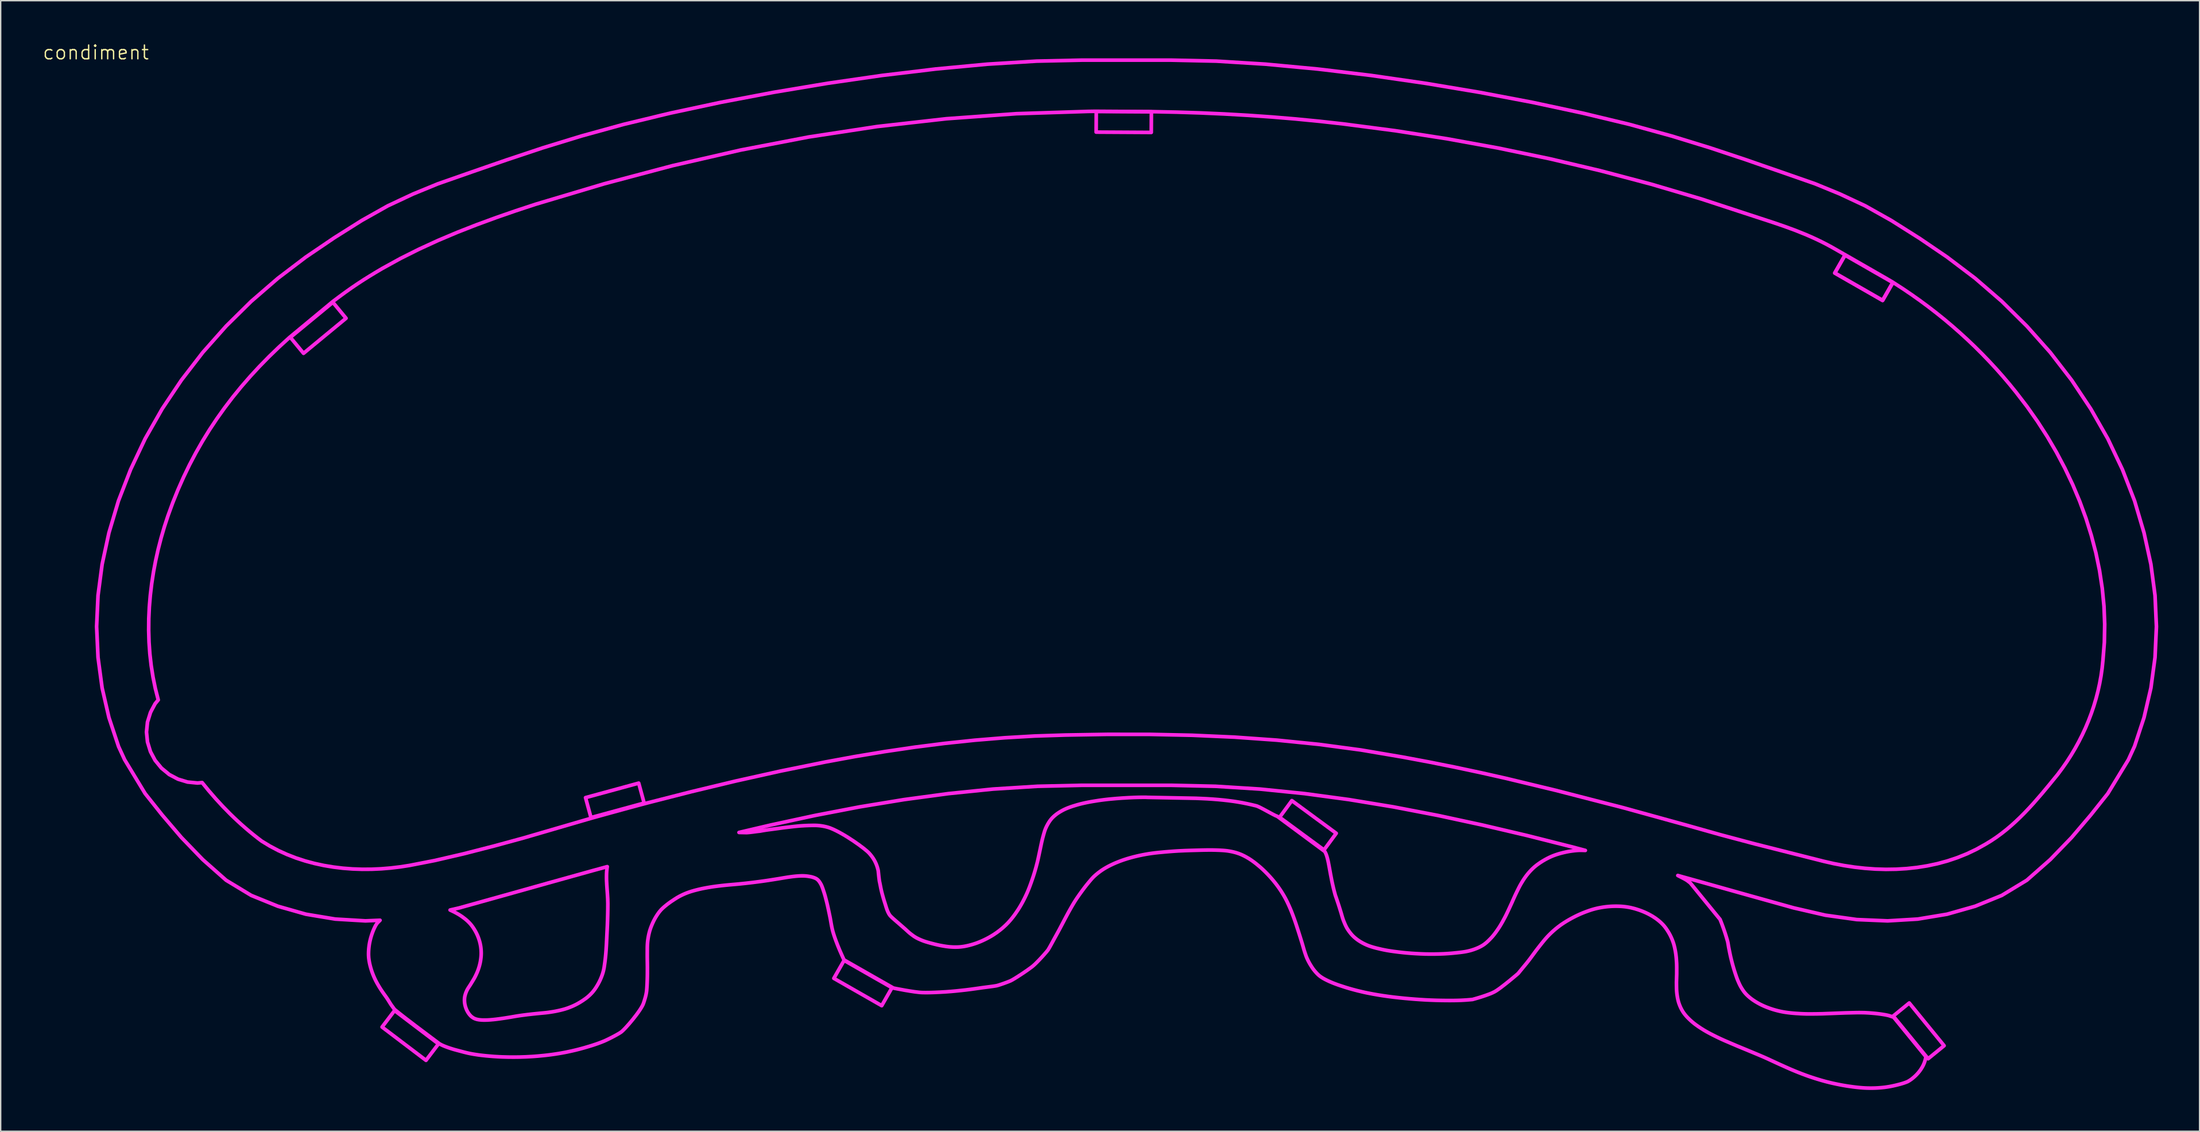
<source format=kicad_pcb>
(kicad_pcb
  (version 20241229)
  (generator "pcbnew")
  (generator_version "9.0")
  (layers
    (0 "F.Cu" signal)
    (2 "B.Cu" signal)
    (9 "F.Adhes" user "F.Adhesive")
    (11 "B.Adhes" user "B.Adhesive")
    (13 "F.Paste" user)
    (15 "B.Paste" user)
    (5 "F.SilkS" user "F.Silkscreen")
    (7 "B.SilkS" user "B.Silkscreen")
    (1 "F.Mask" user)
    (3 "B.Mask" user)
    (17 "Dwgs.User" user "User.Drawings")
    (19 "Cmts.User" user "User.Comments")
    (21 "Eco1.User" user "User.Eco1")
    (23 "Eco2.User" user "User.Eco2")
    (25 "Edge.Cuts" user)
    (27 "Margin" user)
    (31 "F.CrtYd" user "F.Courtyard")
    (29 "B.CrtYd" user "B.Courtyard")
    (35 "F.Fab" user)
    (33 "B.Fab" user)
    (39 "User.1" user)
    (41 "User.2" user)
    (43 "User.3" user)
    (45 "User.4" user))
  (footprint "condiment"
    (layer "F.Cu")
    (at 3.907 1.26)
    (property "Reference" "condiment" (at 0 -0.5 0) (unlocked yes) (layer "F.SilkS") (effects (font (size 1 1) (thickness 0.1))))
    (attr smd)
    (fp_poly (pts (xy 18.157 18.79) (xy 15.072 21.335) (xy 14.117 20.178) (xy 17.203 17.633)) (stroke (width 0.265) (type solid)) (fill no) (layer "F.CrtYd"))
    (fp_poly (pts (xy 24.866 71.459) (xy 23.959 72.654) (xy 20.772 70.236) (xy 21.679 69.041)) (stroke (width 0.265) (type solid)) (fill no) (layer "F.CrtYd"))
    (fp_poly (pts (xy 39.792 53.98) (xy 35.933 55.032) (xy 35.538 53.585) (xy 39.397 52.533)) (stroke (width 0.265) (type solid)) (fill no) (layer "F.CrtYd"))
    (fp_poly (pts (xy 57.777 67.383) (xy 57.033 68.686) (xy 53.559 66.702) (xy 54.303 65.399)) (stroke (width 0.265) (type solid)) (fill no) (layer "F.CrtYd"))
    (fp_poly (pts (xy 76.605 3.802) (xy 76.596 5.302) (xy 72.596 5.28) (xy 72.605 3.78)) (stroke (width 0.265) (type solid)) (fill no) (layer "F.CrtYd"))
    (fp_poly (pts (xy 90.02 56.175) (xy 89.131 57.383) (xy 85.909 55.013) (xy 86.798 53.804)) (stroke (width 0.265) (type solid)) (fill no) (layer "F.CrtYd"))
    (fp_poly (pts (xy 130.418 16.193) (xy 129.672 17.495) (xy 126.202 15.506) (xy 126.947 14.204)) (stroke (width 0.265) (type solid)) (fill no) (layer "F.CrtYd"))
    (fp_poly (pts (xy 130.418 16.193) (xy 129.672 17.495) (xy 126.202 15.506) (xy 126.947 14.204)) (stroke (width 0.265) (type solid)) (fill no) (layer "F.CrtYd"))
    (fp_poly (pts (xy 134.136 71.59) (xy 132.975 72.538) (xy 130.444 69.44) (xy 131.606 68.491)) (stroke (width 0.265) (type solid)) (fill no) (layer "F.CrtYd"))
    (fp_poly (pts (xy 76.724 3.795) (xy 78.458 3.831) (xy 80.187 3.886) (xy 81.913 3.963) (xy 83.637 4.062) (xy 85.36 4.182) (xy 87.083 4.326) (xy 88.808 4.494) (xy 90.536 4.686) (xy 94.295 5.177) (xy 98.044 5.76) (xy 101.778 6.437) (xy 105.495 7.21) (xy 109.192 8.082) (xy 112.864 9.055) (xy 116.51 10.131) (xy 120.124 11.314) (xy 121.782 11.857) (xy 122.57 12.128) (xy 123.341 12.411) (xy 124.103 12.717) (xy 124.482 12.881) (xy 124.862 13.055) (xy 125.243 13.239) (xy 125.626 13.435) (xy 126.013 13.645) (xy 126.403 13.868) (xy 128.73 15.204) (xy 129.851 15.848) (xy 130.271 16.094) (xy 130.548 16.262) (xy 131.172 16.666) (xy 131.787 17.083) (xy 132.393 17.512) (xy 132.989 17.953) (xy 133.576 18.407) (xy 134.154 18.872) (xy 134.722 19.35) (xy 135.279 19.839) (xy 135.827 20.34) (xy 136.364 20.852) (xy 136.89 21.376) (xy 137.406 21.911) (xy 137.911 22.457) (xy 138.404 23.014) (xy 138.887 23.582) (xy 139.357 24.161) (xy 140.152 25.197) (xy 140.907 26.268) (xy 141.618 27.371) (xy 142.283 28.506) (xy 142.899 29.668) (xy 143.464 30.856) (xy 143.974 32.067) (xy 144.427 33.3) (xy 144.82 34.551) (xy 145.151 35.818) (xy 145.416 37.099) (xy 145.613 38.391) (xy 145.739 39.693) (xy 145.791 41.002) (xy 145.766 42.315) (xy 145.662 43.629) (xy 145.604 44.192) (xy 145.524 44.751) (xy 145.423 45.306) (xy 145.302 45.856) (xy 145.16 46.401) (xy 144.999 46.941) (xy 144.818 47.474) (xy 144.618 48) (xy 144.4 48.519) (xy 144.163 49.03) (xy 143.908 49.533) (xy 143.636 50.027) (xy 143.347 50.511) (xy 143.042 50.985) (xy 142.719 51.448) (xy 142.381 51.901) (xy 141.805 52.607) (xy 141.219 53.311) (xy 140.617 54.003) (xy 140.307 54.341) (xy 139.992 54.673) (xy 139.669 54.998) (xy 139.339 55.313) (xy 139 55.619) (xy 138.652 55.914) (xy 138.294 56.196) (xy 137.925 56.466) (xy 137.545 56.72) (xy 137.152 56.959) (xy 136.484 57.332) (xy 135.799 57.659) (xy 135.097 57.941) (xy 134.382 58.181) (xy 133.654 58.379) (xy 132.916 58.536) (xy 132.171 58.655) (xy 131.418 58.736) (xy 130.662 58.781) (xy 129.903 58.792) (xy 129.143 58.77) (xy 128.384 58.715) (xy 127.629 58.631) (xy 126.878 58.517) (xy 126.135 58.376) (xy 125.4 58.208) (xy 120.399 56.944) (xy 117.906 56.28) (xy 115.423 55.58) (xy 110.886 54.328) (xy 110.631 54.26) (xy 110.29 54.173) (xy 109.694 54.022) (xy 105.96 53.059) (xy 102.305 52.178) (xy 100.477 51.767) (xy 98.632 51.375) (xy 96.759 51) (xy 94.845 50.642) (xy 91.812 50.127) (xy 88.766 49.72) (xy 85.708 49.413) (xy 82.642 49.195) (xy 79.57 49.059) (xy 76.494 48.994) (xy 73.419 48.992) (xy 70.346 49.043) (xy 68.151 49.113) (xy 65.963 49.239) (xy 63.78 49.418) (xy 61.602 49.647) (xy 59.43 49.923) (xy 57.264 50.242) (xy 55.104 50.601) (xy 52.949 50.997) (xy 49.705 51.655) (xy 46.453 52.378) (xy 43.213 53.156) (xy 40.005 53.975) (xy 38.77 54.306) (xy 37.425 54.674) (xy 35.899 55.096) (xy 31.009 56.522) (xy 28.885 57.1) (xy 26.703 57.66) (xy 24.612 58.146) (xy 22.763 58.507) (xy 22.088 58.612) (xy 21.404 58.694) (xy 20.714 58.751) (xy 20.02 58.782) (xy 19.323 58.786) (xy 18.625 58.762) (xy 17.928 58.709) (xy 17.235 58.625) (xy 16.547 58.51) (xy 15.865 58.363) (xy 15.193 58.182) (xy 14.531 57.967) (xy 13.881 57.715) (xy 13.246 57.427) (xy 12.628 57.101) (xy 12.027 56.736) (xy 11.726 56.506) (xy 11.429 56.271) (xy 11.136 56.031) (xy 10.848 55.785) (xy 10.563 55.535) (xy 10.283 55.28) (xy 10.007 55.02) (xy 9.735 54.756) (xy 9.204 54.214) (xy 8.69 53.655) (xy 8.193 53.081) (xy 7.712 52.493) (xy 7.377 52.525) (xy 6.655 52.454) (xy 6.399 52.376) (xy 5.964 52.245) (xy 5.321 51.905) (xy 5.159 51.768) (xy 4.76 51.44) (xy 4.301 50.88) (xy 4.039 50.391) (xy 3.962 50.242) (xy 3.747 49.545) (xy 3.675 48.824) (xy 3.747 48.102) (xy 3.962 47.412) (xy 4.039 47.257) (xy 4.301 46.768) (xy 4.528 46.491) (xy 4.318 45.668) (xy 4.148 44.836) (xy 4.015 43.996) (xy 3.919 43.15) (xy 3.859 42.3) (xy 3.834 41.447) (xy 3.841 40.593) (xy 3.881 39.74) (xy 3.953 38.889) (xy 4.054 38.042) (xy 4.184 37.201) (xy 4.342 36.368) (xy 4.526 35.544) (xy 4.737 34.73) (xy 4.971 33.929) (xy 5.229 33.143) (xy 5.579 32.182) (xy 5.957 31.245) (xy 6.361 30.332) (xy 6.791 29.44) (xy 7.249 28.571) (xy 7.733 27.722) (xy 8.243 26.893) (xy 8.781 26.083) (xy 9.345 25.292) (xy 9.936 24.517) (xy 10.553 23.76) (xy 11.198 23.018) (xy 11.869 22.291) (xy 12.566 21.579) (xy 13.291 20.879) (xy 14.042 20.193) (xy 17.194 17.58) (xy 17.669 17.223) (xy 18.113 16.898) (xy 18.539 16.596) (xy 18.958 16.311) (xy 19.381 16.034) (xy 19.822 15.757) (xy 20.291 15.471) (xy 20.8 15.17) (xy 22.113 14.448) (xy 23.457 13.776) (xy 24.827 13.147) (xy 26.22 12.558) (xy 27.63 12.005) (xy 29.054 11.482) (xy 30.485 10.986) (xy 31.921 10.513) (xy 36.911 9.025) (xy 41.861 7.713) (xy 46.794 6.581) (xy 51.733 5.633) (xy 56.701 4.875) (xy 61.72 4.309) (xy 66.813 3.942) (xy 72.002 3.777) (xy 72.509 3.769) (xy 72.509 3.769)) (stroke (width 0.265) (type solid)) (fill no) (layer "F.CrtYd"))
    (fp_poly (pts (xy 37.091 58.761) (xy 37.075 58.928) (xy 37.065 59.094) (xy 37.061 59.261) (xy 37.061 59.428) (xy 37.064 59.596) (xy 37.081 59.931) (xy 37.128 60.602) (xy 37.148 60.937) (xy 37.157 61.272) (xy 37.157 61.293) (xy 37.157 61.314) (xy 37.154 61.692) (xy 37.147 62.071) (xy 37.136 62.459) (xy 37.123 62.848) (xy 37.105 63.229) (xy 37.086 63.61) (xy 37.068 63.975) (xy 37.059 64.158) (xy 37.049 64.34) (xy 37.027 64.682) (xy 37.014 64.852) (xy 36.999 65.023) (xy 36.984 65.176) (xy 36.967 65.328) (xy 36.949 65.481) (xy 36.928 65.633) (xy 36.909 65.763) (xy 36.89 65.893) (xy 36.879 65.958) (xy 36.866 66.023) (xy 36.853 66.088) (xy 36.838 66.153) (xy 36.821 66.215) (xy 36.804 66.278) (xy 36.785 66.34) (xy 36.765 66.402) (xy 36.744 66.463) (xy 36.722 66.525) (xy 36.699 66.586) (xy 36.674 66.647) (xy 36.647 66.713) (xy 36.618 66.779) (xy 36.588 66.845) (xy 36.556 66.911) (xy 36.524 66.976) (xy 36.49 67.04) (xy 36.455 67.104) (xy 36.419 67.168) (xy 36.382 67.23) (xy 36.345 67.292) (xy 36.306 67.354) (xy 36.266 67.415) (xy 36.225 67.475) (xy 36.182 67.535) (xy 36.137 67.594) (xy 36.091 67.652) (xy 36.049 67.702) (xy 36.005 67.752) (xy 35.96 67.8) (xy 35.913 67.848) (xy 35.866 67.895) (xy 35.817 67.942) (xy 35.767 67.987) (xy 35.716 68.032) (xy 35.665 68.074) (xy 35.613 68.116) (xy 35.56 68.157) (xy 35.506 68.196) (xy 35.451 68.235) (xy 35.395 68.273) (xy 35.339 68.311) (xy 35.282 68.348) (xy 35.22 68.388) (xy 35.157 68.427) (xy 35.093 68.466) (xy 35.028 68.503) (xy 34.963 68.54) (xy 34.897 68.576) (xy 34.83 68.611) (xy 34.762 68.644) (xy 34.69 68.679) (xy 34.617 68.712) (xy 34.543 68.744) (xy 34.468 68.775) (xy 34.393 68.805) (xy 34.317 68.834) (xy 34.241 68.862) (xy 34.163 68.888) (xy 34.084 68.914) (xy 34.005 68.938) (xy 33.925 68.96) (xy 33.844 68.982) (xy 33.763 69.002) (xy 33.682 69.022) (xy 33.518 69.058) (xy 33.432 69.076) (xy 33.346 69.093) (xy 33.26 69.109) (xy 33.174 69.124) (xy 33 69.151) (xy 32.826 69.176) (xy 32.732 69.188) (xy 32.639 69.199) (xy 32.451 69.217) (xy 32.263 69.234) (xy 32.075 69.253) (xy 31.702 69.291) (xy 31.515 69.312) (xy 31.329 69.333) (xy 31.151 69.356) (xy 30.973 69.379) (xy 30.795 69.404) (xy 30.618 69.43) (xy 30.459 69.456) (xy 30.301 69.483) (xy 30.143 69.511) (xy 29.985 69.537) (xy 29.686 69.585) (xy 29.536 69.607) (xy 29.385 69.629) (xy 29.252 69.647) (xy 29.119 69.664) (xy 28.986 69.68) (xy 28.852 69.694) (xy 28.742 69.704) (xy 28.631 69.714) (xy 28.521 69.721) (xy 28.466 69.725) (xy 28.41 69.727) (xy 28.319 69.73) (xy 28.229 69.731) (xy 28.183 69.731) (xy 28.138 69.731) (xy 28.093 69.73) (xy 28.047 69.728) (xy 27.971 69.724) (xy 27.933 69.721) (xy 27.895 69.718) (xy 27.857 69.714) (xy 27.819 69.71) (xy 27.781 69.704) (xy 27.744 69.698) (xy 27.71 69.691) (xy 27.676 69.683) (xy 27.642 69.675) (xy 27.608 69.666) (xy 27.575 69.656) (xy 27.543 69.645) (xy 27.527 69.639) (xy 27.511 69.633) (xy 27.495 69.627) (xy 27.48 69.62) (xy 27.464 69.612) (xy 27.448 69.605) (xy 27.432 69.596) (xy 27.417 69.588) (xy 27.402 69.579) (xy 27.386 69.57) (xy 27.372 69.561) (xy 27.357 69.551) (xy 27.343 69.541) (xy 27.329 69.531) (xy 27.301 69.511) (xy 27.274 69.49) (xy 27.248 69.468) (xy 27.233 69.454) (xy 27.218 69.44) (xy 27.203 69.426) (xy 27.188 69.411) (xy 27.174 69.396) (xy 27.16 69.381) (xy 27.147 69.366) (xy 27.133 69.35) (xy 27.108 69.319) (xy 27.083 69.287) (xy 27.06 69.254) (xy 27.037 69.222) (xy 27.011 69.181) (xy 26.986 69.139) (xy 26.962 69.097) (xy 26.94 69.055) (xy 26.919 69.012) (xy 26.899 68.969) (xy 26.881 68.925) (xy 26.864 68.881) (xy 26.846 68.832) (xy 26.83 68.783) (xy 26.815 68.733) (xy 26.802 68.683) (xy 26.79 68.633) (xy 26.78 68.583) (xy 26.771 68.533) (xy 26.764 68.482) (xy 26.759 68.428) (xy 26.755 68.374) (xy 26.752 68.32) (xy 26.752 68.266) (xy 26.753 68.212) (xy 26.757 68.158) (xy 26.762 68.105) (xy 26.766 68.078) (xy 26.77 68.051) (xy 26.775 68.022) (xy 26.781 67.993) (xy 26.788 67.964) (xy 26.795 67.935) (xy 26.811 67.877) (xy 26.829 67.819) (xy 26.849 67.762) (xy 26.871 67.706) (xy 26.895 67.649) (xy 26.92 67.594) (xy 26.935 67.562) (xy 26.951 67.531) (xy 26.968 67.5) (xy 26.985 67.47) (xy 27.022 67.409) (xy 27.06 67.349) (xy 27.139 67.23) (xy 27.178 67.17) (xy 27.215 67.11) (xy 27.37 66.856) (xy 27.409 66.792) (xy 27.446 66.728) (xy 27.482 66.664) (xy 27.516 66.599) (xy 27.551 66.531) (xy 27.584 66.462) (xy 27.616 66.393) (xy 27.648 66.323) (xy 27.678 66.253) (xy 27.706 66.183) (xy 27.733 66.113) (xy 27.759 66.042) (xy 27.783 65.968) (xy 27.807 65.894) (xy 27.829 65.819) (xy 27.849 65.744) (xy 27.868 65.669) (xy 27.885 65.594) (xy 27.901 65.518) (xy 27.915 65.442) (xy 27.927 65.363) (xy 27.938 65.284) (xy 27.947 65.205) (xy 27.955 65.125) (xy 27.961 65.045) (xy 27.964 64.966) (xy 27.966 64.886) (xy 27.965 64.806) (xy 27.962 64.721) (xy 27.957 64.635) (xy 27.949 64.549) (xy 27.94 64.464) (xy 27.928 64.378) (xy 27.913 64.293) (xy 27.896 64.209) (xy 27.877 64.124) (xy 27.853 64.032) (xy 27.826 63.941) (xy 27.797 63.85) (xy 27.766 63.76) (xy 27.731 63.67) (xy 27.694 63.581) (xy 27.654 63.493) (xy 27.611 63.405) (xy 27.564 63.316) (xy 27.514 63.228) (xy 27.462 63.14) (xy 27.407 63.054) (xy 27.349 62.969) (xy 27.319 62.927) (xy 27.288 62.885) (xy 27.256 62.844) (xy 27.223 62.803) (xy 27.189 62.763) (xy 27.154 62.724) (xy 27.118 62.685) (xy 27.082 62.647) (xy 27.044 62.609) (xy 27.006 62.572) (xy 26.927 62.499) (xy 26.845 62.428) (xy 26.76 62.36) (xy 26.673 62.293) (xy 26.584 62.228) (xy 26.492 62.165) (xy 26.401 62.105) (xy 26.307 62.048) (xy 26.211 61.993) (xy 26.113 61.939) (xy 26.014 61.888) (xy 25.913 61.838) (xy 25.811 61.79) (xy 25.709 61.743) (xy 26.376 61.589) (xy 29.6 60.689) (xy 32.831 59.783) (xy 36.061 58.883) (xy 37.114 58.595)) (stroke (width 0.265) (type solid)) (fill no) (layer "F.CrtYd"))
    (fp_poly (pts (xy 81.258 52.762) (xy 84.482 52.964) (xy 87.713 53.292) (xy 90.943 53.727) (xy 94.168 54.258) (xy 97.398 54.878) (xy 100.629 55.575) (xy 103.853 56.332) (xy 107.084 57.148) (xy 108.098 57.417) (xy 107.812 57.409) (xy 107.741 57.409) (xy 107.669 57.409) (xy 107.598 57.412) (xy 107.527 57.416) (xy 107.412 57.425) (xy 107.297 57.437) (xy 107.182 57.451) (xy 107.068 57.466) (xy 106.954 57.484) (xy 106.841 57.504) (xy 106.729 57.526) (xy 106.617 57.55) (xy 106.505 57.576) (xy 106.394 57.603) (xy 106.284 57.632) (xy 106.174 57.664) (xy 106.066 57.697) (xy 105.958 57.733) (xy 105.852 57.77) (xy 105.748 57.81) (xy 105.649 57.851) (xy 105.552 57.894) (xy 105.456 57.94) (xy 105.362 57.987) (xy 105.269 58.036) (xy 105.177 58.086) (xy 105.087 58.138) (xy 104.998 58.191) (xy 104.916 58.242) (xy 104.836 58.294) (xy 104.757 58.347) (xy 104.679 58.402) (xy 104.603 58.458) (xy 104.529 58.515) (xy 104.456 58.574) (xy 104.385 58.634) (xy 104.317 58.696) (xy 104.25 58.759) (xy 104.185 58.824) (xy 104.122 58.889) (xy 104.061 58.956) (xy 104.001 59.024) (xy 103.943 59.092) (xy 103.887 59.161) (xy 103.826 59.238) (xy 103.768 59.316) (xy 103.712 59.395) (xy 103.657 59.474) (xy 103.604 59.555) (xy 103.553 59.635) (xy 103.503 59.717) (xy 103.454 59.798) (xy 103.399 59.892) (xy 103.347 59.986) (xy 103.297 60.081) (xy 103.248 60.177) (xy 103.153 60.369) (xy 103.06 60.561) (xy 103.008 60.67) (xy 102.958 60.78) (xy 102.859 61) (xy 102.762 61.22) (xy 102.661 61.44) (xy 102.452 61.889) (xy 102.398 62.001) (xy 102.344 62.113) (xy 102.287 62.224) (xy 102.229 62.334) (xy 102.119 62.537) (xy 102.063 62.638) (xy 102.005 62.739) (xy 101.946 62.839) (xy 101.885 62.938) (xy 101.822 63.037) (xy 101.757 63.134) (xy 101.697 63.221) (xy 101.637 63.307) (xy 101.575 63.392) (xy 101.511 63.477) (xy 101.445 63.56) (xy 101.377 63.643) (xy 101.306 63.724) (xy 101.269 63.764) (xy 101.232 63.803) (xy 101.164 63.873) (xy 101.095 63.942) (xy 101.024 64.011) (xy 100.95 64.078) (xy 100.913 64.111) (xy 100.874 64.143) (xy 100.835 64.174) (xy 100.795 64.205) (xy 100.755 64.235) (xy 100.713 64.264) (xy 100.671 64.292) (xy 100.627 64.32) (xy 100.577 64.349) (xy 100.526 64.378) (xy 100.422 64.432) (xy 100.314 64.483) (xy 100.204 64.53) (xy 100.092 64.574) (xy 99.978 64.614) (xy 99.862 64.651) (xy 99.745 64.685) (xy 99.668 64.705) (xy 99.591 64.723) (xy 99.436 64.756) (xy 99.279 64.783) (xy 99.12 64.805) (xy 98.96 64.825) (xy 98.8 64.842) (xy 98.48 64.874) (xy 98.31 64.889) (xy 98.14 64.902) (xy 97.969 64.913) (xy 97.799 64.922) (xy 97.457 64.934) (xy 97.115 64.941) (xy 96.79 64.941) (xy 96.465 64.936) (xy 96.14 64.924) (xy 95.816 64.908) (xy 95.498 64.888) (xy 95.181 64.863) (xy 94.865 64.833) (xy 94.55 64.797) (xy 94.236 64.757) (xy 93.922 64.712) (xy 93.766 64.687) (xy 93.611 64.659) (xy 93.456 64.629) (xy 93.303 64.596) (xy 93.022 64.53) (xy 92.882 64.495) (xy 92.743 64.457) (xy 92.605 64.416) (xy 92.47 64.372) (xy 92.337 64.323) (xy 92.272 64.297) (xy 92.208 64.27) (xy 92.099 64.219) (xy 91.992 64.166) (xy 91.887 64.11) (xy 91.785 64.05) (xy 91.686 63.988) (xy 91.637 63.956) (xy 91.59 63.923) (xy 91.543 63.889) (xy 91.497 63.854) (xy 91.452 63.819) (xy 91.408 63.784) (xy 91.369 63.75) (xy 91.33 63.717) (xy 91.293 63.682) (xy 91.256 63.647) (xy 91.22 63.611) (xy 91.185 63.574) (xy 91.151 63.537) (xy 91.118 63.5) (xy 91.086 63.462) (xy 91.054 63.423) (xy 90.993 63.345) (xy 90.934 63.266) (xy 90.879 63.186) (xy 90.853 63.148) (xy 90.829 63.109) (xy 90.806 63.07) (xy 90.783 63.031) (xy 90.741 62.951) (xy 90.701 62.87) (xy 90.663 62.789) (xy 90.628 62.706) (xy 90.56 62.541) (xy 90.53 62.463) (xy 90.503 62.384) (xy 90.477 62.305) (xy 90.453 62.226) (xy 90.407 62.066) (xy 90.384 61.986) (xy 90.36 61.907) (xy 90.268 61.61) (xy 90.221 61.462) (xy 90.173 61.314) (xy 90.065 60.991) (xy 90.01 60.829) (xy 89.953 60.668) (xy 89.877 60.388) (xy 89.809 60.117) (xy 89.749 59.856) (xy 89.696 59.605) (xy 89.605 59.135) (xy 89.528 58.71) (xy 89.457 58.331) (xy 89.421 58.16) (xy 89.382 58.001) (xy 89.341 57.854) (xy 89.296 57.721) (xy 89.245 57.6) (xy 89.188 57.494) (xy 85.739 54.941) (xy 85.681 54.92) (xy 85.608 54.888) (xy 85.426 54.797) (xy 84.976 54.555) (xy 84.743 54.429) (xy 84.526 54.316) (xy 84.429 54.268) (xy 84.342 54.229) (xy 84.268 54.199) (xy 84.209 54.18) (xy 83.885 54.102) (xy 83.56 54.03) (xy 83.232 53.964) (xy 83.067 53.934) (xy 82.902 53.906) (xy 82.722 53.877) (xy 82.542 53.85) (xy 82.179 53.803) (xy 81.816 53.762) (xy 81.451 53.727) (xy 81.045 53.695) (xy 80.638 53.669) (xy 80.23 53.65) (xy 79.822 53.633) (xy 76.314 53.566) (xy 76.303 53.565) (xy 76.291 53.565) (xy 76.268 53.563) (xy 76.256 53.562) (xy 76.245 53.562) (xy 76.233 53.561) (xy 76.222 53.561) (xy 76.003 53.56) (xy 75.785 53.562) (xy 75.566 53.567) (xy 75.348 53.573) (xy 74.911 53.593) (xy 74.475 53.619) (xy 74.046 53.651) (xy 73.619 53.689) (xy 73.405 53.711) (xy 73.192 53.736) (xy 72.98 53.763) (xy 72.768 53.793) (xy 72.391 53.853) (xy 72.203 53.885) (xy 72.016 53.92) (xy 71.83 53.958) (xy 71.645 53.999) (xy 71.461 54.043) (xy 71.279 54.092) (xy 71.135 54.134) (xy 70.991 54.178) (xy 70.847 54.223) (xy 70.706 54.272) (xy 70.566 54.324) (xy 70.429 54.38) (xy 70.296 54.441) (xy 70.23 54.472) (xy 70.166 54.506) (xy 70.062 54.563) (xy 70.011 54.592) (xy 69.961 54.623) (xy 69.911 54.654) (xy 69.862 54.685) (xy 69.814 54.718) (xy 69.767 54.751) (xy 69.72 54.785) (xy 69.675 54.82) (xy 69.63 54.856) (xy 69.586 54.892) (xy 69.544 54.929) (xy 69.502 54.967) (xy 69.462 55.005) (xy 69.423 55.044) (xy 69.387 55.082) (xy 69.353 55.121) (xy 69.319 55.161) (xy 69.287 55.201) (xy 69.256 55.242) (xy 69.227 55.283) (xy 69.198 55.325) (xy 69.17 55.368) (xy 69.117 55.454) (xy 69.068 55.541) (xy 69.021 55.629) (xy 68.977 55.718) (xy 68.955 55.765) (xy 68.934 55.812) (xy 68.914 55.859) (xy 68.896 55.907) (xy 68.862 56.003) (xy 68.831 56.1) (xy 68.803 56.198) (xy 68.775 56.295) (xy 68.722 56.491) (xy 68.694 56.599) (xy 68.668 56.707) (xy 68.643 56.815) (xy 68.619 56.924) (xy 68.528 57.358) (xy 68.474 57.608) (xy 68.421 57.858) (xy 68.367 58.108) (xy 68.338 58.233) (xy 68.306 58.357) (xy 68.23 58.643) (xy 68.149 58.927) (xy 68.106 59.069) (xy 68.062 59.21) (xy 68.016 59.352) (xy 67.968 59.492) (xy 67.863 59.791) (xy 67.809 59.94) (xy 67.753 60.089) (xy 67.695 60.236) (xy 67.634 60.384) (xy 67.571 60.53) (xy 67.504 60.676) (xy 67.436 60.818) (xy 67.366 60.959) (xy 67.293 61.1) (xy 67.218 61.239) (xy 67.14 61.378) (xy 67.059 61.515) (xy 66.975 61.652) (xy 66.887 61.786) (xy 66.803 61.91) (xy 66.717 62.034) (xy 66.628 62.156) (xy 66.536 62.276) (xy 66.441 62.395) (xy 66.342 62.512) (xy 66.239 62.627) (xy 66.186 62.684) (xy 66.132 62.739) (xy 66.034 62.837) (xy 65.931 62.933) (xy 65.826 63.027) (xy 65.718 63.118) (xy 65.607 63.208) (xy 65.493 63.295) (xy 65.377 63.38) (xy 65.258 63.462) (xy 65.153 63.532) (xy 65.046 63.599) (xy 64.936 63.664) (xy 64.825 63.727) (xy 64.712 63.788) (xy 64.597 63.847) (xy 64.481 63.904) (xy 64.363 63.959) (xy 64.262 64.004) (xy 64.161 64.047) (xy 64.058 64.088) (xy 63.954 64.128) (xy 63.848 64.166) (xy 63.742 64.201) (xy 63.635 64.235) (xy 63.527 64.266) (xy 63.434 64.291) (xy 63.341 64.315) (xy 63.247 64.337) (xy 63.153 64.357) (xy 63.058 64.375) (xy 62.962 64.391) (xy 62.866 64.404) (xy 62.769 64.416) (xy 62.682 64.423) (xy 62.595 64.429) (xy 62.508 64.432) (xy 62.42 64.434) (xy 62.332 64.434) (xy 62.245 64.432) (xy 62.157 64.428) (xy 62.07 64.423) (xy 61.983 64.417) (xy 61.896 64.409) (xy 61.809 64.399) (xy 61.722 64.388) (xy 61.636 64.375) (xy 61.549 64.361) (xy 61.378 64.332) (xy 61.289 64.315) (xy 61.201 64.297) (xy 61.113 64.278) (xy 61.025 64.258) (xy 60.851 64.216) (xy 60.678 64.171) (xy 60.516 64.128) (xy 60.354 64.082) (xy 60.274 64.058) (xy 60.195 64.033) (xy 60.116 64.007) (xy 60.038 63.979) (xy 59.97 63.952) (xy 59.903 63.925) (xy 59.836 63.897) (xy 59.77 63.868) (xy 59.705 63.838) (xy 59.641 63.806) (xy 59.578 63.773) (xy 59.516 63.739) (xy 59.461 63.706) (xy 59.406 63.671) (xy 59.353 63.636) (xy 59.301 63.599) (xy 59.25 63.561) (xy 59.199 63.523) (xy 59.1 63.446) (xy 59.05 63.406) (xy 59.002 63.365) (xy 58.955 63.323) (xy 58.909 63.281) (xy 58.816 63.196) (xy 58.77 63.153) (xy 58.723 63.111) (xy 58.28 62.724) (xy 57.981 62.466) (xy 57.907 62.401) (xy 57.833 62.335) (xy 57.762 62.268) (xy 57.692 62.2) (xy 57.652 62.158) (xy 57.616 62.111) (xy 57.581 62.061) (xy 57.549 62.007) (xy 57.519 61.951) (xy 57.491 61.893) (xy 57.464 61.833) (xy 57.44 61.773) (xy 57.417 61.713) (xy 57.396 61.653) (xy 57.357 61.536) (xy 57.295 61.335) (xy 57.227 61.121) (xy 57.165 60.918) (xy 57.107 60.716) (xy 57.05 60.505) (xy 57.021 60.387) (xy 56.995 60.276) (xy 56.972 60.169) (xy 56.952 60.066) (xy 56.912 59.866) (xy 56.892 59.765) (xy 56.869 59.663) (xy 56.857 59.58) (xy 56.846 59.497) (xy 56.825 59.321) (xy 56.779 58.883) (xy 56.754 58.778) (xy 56.726 58.676) (xy 56.696 58.579) (xy 56.663 58.486) (xy 56.628 58.397) (xy 56.59 58.311) (xy 56.55 58.229) (xy 56.509 58.15) (xy 56.465 58.074) (xy 56.419 58) (xy 56.372 57.93) (xy 56.323 57.861) (xy 56.272 57.795) (xy 56.22 57.731) (xy 56.167 57.669) (xy 56.113 57.608) (xy 56.045 57.54) (xy 55.952 57.456) (xy 55.7 57.25) (xy 55.376 57.007) (xy 54.999 56.743) (xy 54.587 56.475) (xy 54.374 56.344) (xy 54.16 56.219) (xy 53.947 56.1) (xy 53.736 55.991) (xy 53.532 55.893) (xy 53.335 55.809) (xy 53.269 55.784) (xy 53.201 55.761) (xy 53.132 55.739) (xy 53.061 55.719) (xy 52.99 55.701) (xy 52.917 55.684) (xy 52.845 55.669) (xy 52.773 55.655) (xy 52.63 55.633) (xy 52.492 55.616) (xy 52.362 55.606) (xy 52.243 55.601) (xy 52.115 55.6) (xy 51.986 55.601) (xy 51.729 55.606) (xy 51.472 55.616) (xy 51.215 55.631) (xy 51.077 55.641) (xy 50.939 55.653) (xy 50.663 55.681) (xy 50.114 55.745) (xy 49.838 55.779) (xy 49.563 55.817) (xy 49.288 55.854) (xy 49.013 55.89) (xy 48.77 55.922) (xy 48.56 55.953) (xy 48.37 55.984) (xy 48.187 56.018) (xy 48.049 56.032) (xy 47.927 56.047) (xy 47.712 56.076) (xy 47.606 56.089) (xy 47.496 56.102) (xy 47.374 56.114) (xy 47.235 56.125) (xy 46.677 56.113) (xy 48.971 55.575) (xy 52.201 54.878) (xy 55.426 54.258) (xy 58.656 53.728) (xy 61.887 53.292) (xy 65.111 52.964) (xy 68.342 52.762) (xy 71.572 52.69) (xy 78.027 52.69)) (stroke (width 0.265) (type solid)) (fill no) (layer "F.CrtYd"))
    (fp_poly (pts (xy 74.797 0.055) (xy 78.027 0.055) (xy 81.329 0.127) (xy 84.888 0.347) (xy 88.649 0.699) (xy 89.113 0.752) (xy 92.535 1.164) (xy 96.492 1.736) (xy 100.42 2.392) (xy 104.253 3.119) (xy 107.9 3.9) (xy 108.639 4.078) (xy 111.292 4.716) (xy 114.361 5.562) (xy 117.157 6.421) (xy 119.773 7.291) (xy 120.542 7.559) (xy 120.953 7.702) (xy 122.282 8.161) (xy 124.774 9.031) (xy 126.574 9.77) (xy 128.41 10.629) (xy 130.305 11.695) (xy 132.278 12.941) (xy 132.284 12.941) (xy 134.346 14.342) (xy 136.385 15.886) (xy 138.322 17.561) (xy 140.14 19.361) (xy 141.838 21.268) (xy 143.388 23.276) (xy 144.782 25.369) (xy 146.016 27.532) (xy 147.077 29.767) (xy 147.959 32.044) (xy 148.645 34.362) (xy 149.145 36.651) (xy 149.145 36.657) (xy 149.444 38.91) (xy 149.545 41.169) (xy 149.444 43.41) (xy 149.145 45.622) (xy 148.645 47.773) (xy 147.959 49.853) (xy 147.512 50.831) (xy 146.016 53.292) (xy 144.782 54.842) (xy 143.388 56.481) (xy 141.838 58.084) (xy 140.14 59.58) (xy 138.322 60.683) (xy 136.385 61.47) (xy 134.346 62.048) (xy 132.225 62.4) (xy 130.037 62.531) (xy 127.796 62.436) (xy 125.519 62.119) (xy 123.224 61.589) (xy 119.994 60.689) (xy 116.769 59.783) (xy 114.81 59.237) (xy 115.143 59.407) (xy 115.226 59.451) (xy 115.307 59.495) (xy 115.387 59.541) (xy 115.465 59.589) (xy 115.482 59.6) (xy 115.498 59.611) (xy 115.53 59.634) (xy 115.561 59.658) (xy 115.591 59.682) (xy 115.652 59.73) (xy 115.683 59.753) (xy 115.714 59.776) (xy 117.877 62.425) (xy 117.954 62.618) (xy 118.028 62.812) (xy 118.099 63.006) (xy 118.168 63.201) (xy 118.234 63.396) (xy 118.297 63.593) (xy 118.357 63.789) (xy 118.414 63.986) (xy 118.429 64.043) (xy 118.441 64.101) (xy 118.452 64.159) (xy 118.462 64.216) (xy 118.481 64.332) (xy 118.491 64.39) (xy 118.501 64.448) (xy 118.563 64.761) (xy 118.595 64.917) (xy 118.629 65.073) (xy 118.657 65.197) (xy 118.687 65.32) (xy 118.718 65.443) (xy 118.749 65.566) (xy 118.778 65.673) (xy 118.807 65.779) (xy 118.838 65.885) (xy 118.869 65.991) (xy 118.901 66.096) (xy 118.934 66.201) (xy 118.968 66.306) (xy 119.003 66.411) (xy 119.043 66.53) (xy 119.085 66.648) (xy 119.106 66.707) (xy 119.128 66.766) (xy 119.151 66.824) (xy 119.176 66.883) (xy 119.23 67.007) (xy 119.257 67.068) (xy 119.286 67.13) (xy 119.316 67.191) (xy 119.347 67.252) (xy 119.38 67.312) (xy 119.415 67.371) (xy 119.452 67.432) (xy 119.49 67.492) (xy 119.529 67.552) (xy 119.57 67.611) (xy 119.612 67.669) (xy 119.657 67.726) (xy 119.68 67.754) (xy 119.704 67.782) (xy 119.728 67.81) (xy 119.753 67.837) (xy 119.783 67.868) (xy 119.814 67.9) (xy 119.877 67.961) (xy 119.943 68.021) (xy 120.011 68.08) (xy 120.081 68.136) (xy 120.153 68.192) (xy 120.226 68.246) (xy 120.302 68.298) (xy 120.4 68.362) (xy 120.501 68.425) (xy 120.604 68.485) (xy 120.709 68.543) (xy 120.816 68.599) (xy 120.924 68.652) (xy 121.035 68.703) (xy 121.147 68.751) (xy 121.285 68.807) (xy 121.426 68.86) (xy 121.568 68.91) (xy 121.712 68.957) (xy 121.857 69) (xy 122.004 69.04) (xy 122.153 69.077) (xy 122.302 69.11) (xy 122.476 69.143) (xy 122.652 69.171) (xy 122.828 69.195) (xy 123.006 69.215) (xy 123.184 69.232) (xy 123.363 69.246) (xy 123.72 69.268) (xy 123.918 69.277) (xy 124.117 69.283) (xy 124.315 69.285) (xy 124.514 69.285) (xy 124.911 69.281) (xy 125.309 69.273) (xy 126.964 69.21) (xy 127.769 69.191) (xy 127.97 69.189) (xy 128.171 69.191) (xy 128.372 69.195) (xy 128.573 69.205) (xy 128.756 69.216) (xy 128.94 69.231) (xy 129.124 69.247) (xy 129.307 69.267) (xy 129.489 69.29) (xy 129.671 69.317) (xy 129.851 69.347) (xy 130.03 69.383) (xy 130.058 69.389) (xy 130.086 69.396) (xy 130.142 69.412) (xy 130.196 69.429) (xy 130.251 69.447) (xy 130.359 69.485) (xy 130.414 69.502) (xy 130.47 69.518) (xy 132.815 72.39) (xy 132.796 72.495) (xy 132.773 72.596) (xy 132.745 72.694) (xy 132.714 72.79) (xy 132.678 72.882) (xy 132.64 72.971) (xy 132.598 73.057) (xy 132.553 73.14) (xy 132.457 73.296) (xy 132.355 73.439) (xy 132.249 73.57) (xy 132.143 73.687) (xy 132.038 73.791) (xy 131.938 73.881) (xy 131.846 73.958) (xy 131.764 74.022) (xy 131.643 74.106) (xy 131.598 74.135) (xy 131.589 74.139) (xy 131.581 74.144) (xy 131.565 74.153) (xy 131.535 74.171) (xy 131.519 74.18) (xy 131.503 74.189) (xy 131.495 74.194) (xy 131.487 74.198) (xy 131.479 74.202) (xy 131.471 74.205) (xy 131.378 74.243) (xy 131.284 74.277) (xy 131.189 74.309) (xy 131.093 74.339) (xy 130.995 74.368) (xy 130.897 74.394) (xy 130.7 74.445) (xy 130.58 74.473) (xy 130.461 74.5) (xy 130.341 74.525) (xy 130.22 74.549) (xy 130.099 74.57) (xy 129.977 74.589) (xy 129.854 74.607) (xy 129.732 74.621) (xy 129.585 74.636) (xy 129.438 74.648) (xy 129.29 74.658) (xy 129.143 74.665) (xy 128.995 74.669) (xy 128.847 74.671) (xy 128.699 74.67) (xy 128.551 74.667) (xy 128.379 74.66) (xy 128.206 74.649) (xy 128.034 74.635) (xy 127.862 74.618) (xy 127.691 74.599) (xy 127.52 74.578) (xy 127.179 74.53) (xy 126.999 74.502) (xy 126.819 74.471) (xy 126.64 74.439) (xy 126.462 74.404) (xy 126.284 74.368) (xy 126.107 74.329) (xy 125.93 74.289) (xy 125.755 74.246) (xy 125.587 74.204) (xy 125.42 74.159) (xy 125.254 74.113) (xy 125.088 74.064) (xy 124.76 73.963) (xy 124.434 73.856) (xy 124.282 73.804) (xy 124.131 73.75) (xy 123.832 73.639) (xy 123.535 73.523) (xy 123.24 73.403) (xy 123.101 73.345) (xy 122.963 73.286) (xy 122.689 73.165) (xy 122.143 72.919) (xy 121.876 72.796) (xy 121.609 72.673) (xy 121.343 72.549) (xy 121.074 72.429) (xy 120.796 72.309) (xy 120.517 72.192) (xy 119.958 71.959) (xy 119.382 71.721) (xy 119.095 71.602) (xy 118.809 71.48) (xy 118.236 71.234) (xy 117.953 71.107) (xy 117.812 71.041) (xy 117.673 70.975) (xy 117.411 70.845) (xy 117.281 70.779) (xy 117.151 70.712) (xy 117.023 70.643) (xy 116.897 70.573) (xy 116.772 70.501) (xy 116.649 70.427) (xy 116.541 70.359) (xy 116.434 70.29) (xy 116.328 70.219) (xy 116.224 70.147) (xy 116.121 70.074) (xy 116.021 69.998) (xy 115.924 69.921) (xy 115.83 69.841) (xy 115.747 69.768) (xy 115.667 69.693) (xy 115.588 69.617) (xy 115.512 69.54) (xy 115.439 69.461) (xy 115.404 69.421) (xy 115.369 69.38) (xy 115.336 69.339) (xy 115.303 69.297) (xy 115.271 69.255) (xy 115.241 69.213) (xy 115.213 69.174) (xy 115.187 69.134) (xy 115.162 69.094) (xy 115.137 69.053) (xy 115.113 69.012) (xy 115.091 68.971) (xy 115.047 68.888) (xy 115.007 68.804) (xy 114.97 68.719) (xy 114.935 68.633) (xy 114.903 68.547) (xy 114.888 68.504) (xy 114.874 68.461) (xy 114.848 68.374) (xy 114.826 68.286) (xy 114.806 68.198) (xy 114.789 68.11) (xy 114.774 68.021) (xy 114.76 67.932) (xy 114.748 67.843) (xy 114.737 67.751) (xy 114.729 67.659) (xy 114.723 67.567) (xy 114.719 67.474) (xy 114.715 67.289) (xy 114.713 67.103) (xy 114.712 67.007) (xy 114.714 66.91) (xy 114.72 66.717) (xy 114.726 66.524) (xy 114.729 66.427) (xy 114.73 66.331) (xy 114.731 65.934) (xy 114.728 65.736) (xy 114.725 65.637) (xy 114.72 65.538) (xy 114.707 65.344) (xy 114.7 65.248) (xy 114.691 65.151) (xy 114.68 65.055) (xy 114.668 64.958) (xy 114.654 64.862) (xy 114.638 64.766) (xy 114.622 64.675) (xy 114.604 64.583) (xy 114.585 64.492) (xy 114.564 64.401) (xy 114.541 64.311) (xy 114.516 64.22) (xy 114.488 64.131) (xy 114.458 64.042) (xy 114.427 63.958) (xy 114.394 63.874) (xy 114.359 63.791) (xy 114.322 63.709) (xy 114.283 63.627) (xy 114.242 63.546) (xy 114.198 63.466) (xy 114.153 63.386) (xy 114.106 63.309) (xy 114.058 63.232) (xy 114.008 63.156) (xy 113.956 63.081) (xy 113.902 63.007) (xy 113.845 62.934) (xy 113.816 62.899) (xy 113.785 62.863) (xy 113.754 62.829) (xy 113.722 62.794) (xy 113.687 62.758) (xy 113.651 62.722) (xy 113.577 62.651) (xy 113.501 62.582) (xy 113.421 62.515) (xy 113.339 62.449) (xy 113.255 62.386) (xy 113.169 62.325) (xy 113.08 62.266) (xy 112.978 62.201) (xy 112.872 62.138) (xy 112.764 62.078) (xy 112.655 62.021) (xy 112.543 61.966) (xy 112.429 61.913) (xy 112.313 61.864) (xy 112.196 61.817) (xy 112.07 61.77) (xy 111.942 61.726) (xy 111.813 61.684) (xy 111.682 61.645) (xy 111.55 61.61) (xy 111.416 61.578) (xy 111.282 61.55) (xy 111.146 61.527) (xy 111.01 61.507) (xy 110.874 61.492) (xy 110.736 61.48) (xy 110.598 61.472) (xy 110.46 61.468) (xy 110.321 61.466) (xy 110.183 61.468) (xy 110.045 61.472) (xy 109.907 61.48) (xy 109.768 61.49) (xy 109.63 61.504) (xy 109.493 61.521) (xy 109.356 61.541) (xy 109.22 61.564) (xy 109.085 61.589) (xy 108.951 61.618) (xy 108.823 61.649) (xy 108.697 61.682) (xy 108.572 61.719) (xy 108.448 61.759) (xy 108.326 61.801) (xy 108.204 61.844) (xy 108.083 61.89) (xy 107.963 61.936) (xy 107.849 61.983) (xy 107.736 62.031) (xy 107.624 62.081) (xy 107.513 62.133) (xy 107.403 62.186) (xy 107.295 62.241) (xy 107.187 62.297) (xy 107.081 62.354) (xy 106.972 62.415) (xy 106.864 62.476) (xy 106.757 62.539) (xy 106.651 62.604) (xy 106.547 62.67) (xy 106.445 62.737) (xy 106.344 62.806) (xy 106.246 62.877) (xy 106.139 62.958) (xy 106.034 63.04) (xy 105.931 63.124) (xy 105.831 63.21) (xy 105.732 63.297) (xy 105.636 63.386) (xy 105.542 63.476) (xy 105.45 63.568) (xy 105.346 63.676) (xy 105.246 63.787) (xy 105.149 63.899) (xy 105.055 64.013) (xy 104.962 64.127) (xy 104.87 64.243) (xy 104.688 64.474) (xy 104.594 64.595) (xy 104.501 64.717) (xy 104.32 64.963) (xy 104.139 65.209) (xy 104.047 65.332) (xy 103.953 65.453) (xy 103.865 65.565) (xy 103.775 65.676) (xy 103.593 65.896) (xy 103.411 66.117) (xy 103.231 66.338) (xy 103.172 66.392) (xy 103.027 66.515) (xy 102.818 66.69) (xy 102.567 66.897) (xy 102.295 67.114) (xy 102.024 67.324) (xy 101.896 67.42) (xy 101.776 67.506) (xy 101.667 67.58) (xy 101.572 67.64) (xy 101.477 67.693) (xy 101.367 67.746) (xy 101.246 67.799) (xy 101.116 67.851) (xy 100.841 67.951) (xy 100.566 68.043) (xy 100.312 68.121) (xy 100.103 68.182) (xy 99.909 68.236) (xy 99.702 68.255) (xy 99.494 68.272) (xy 99.286 68.285) (xy 99.077 68.296) (xy 98.804 68.305) (xy 98.53 68.31) (xy 98.256 68.311) (xy 97.983 68.31) (xy 97.618 68.305) (xy 97.254 68.297) (xy 96.89 68.284) (xy 96.526 68.268) (xy 96.126 68.244) (xy 95.727 68.216) (xy 95.328 68.184) (xy 94.93 68.147) (xy 94.541 68.107) (xy 94.152 68.063) (xy 93.765 68.013) (xy 93.379 67.958) (xy 93.011 67.899) (xy 92.643 67.834) (xy 92.278 67.763) (xy 92.096 67.725) (xy 91.915 67.684) (xy 91.574 67.603) (xy 91.405 67.559) (xy 91.236 67.514) (xy 91.068 67.467) (xy 90.9 67.419) (xy 90.734 67.369) (xy 90.569 67.316) (xy 90.297 67.227) (xy 90.162 67.181) (xy 90.028 67.133) (xy 89.895 67.083) (xy 89.764 67.032) (xy 89.634 66.977) (xy 89.506 66.921) (xy 89.42 66.881) (xy 89.335 66.84) (xy 89.252 66.798) (xy 89.169 66.755) (xy 89.088 66.709) (xy 89.009 66.662) (xy 88.932 66.613) (xy 88.895 66.587) (xy 88.859 66.56) (xy 88.831 66.539) (xy 88.803 66.517) (xy 88.776 66.495) (xy 88.75 66.473) (xy 88.725 66.449) (xy 88.699 66.426) (xy 88.65 66.378) (xy 88.603 66.329) (xy 88.557 66.279) (xy 88.512 66.229) (xy 88.468 66.178) (xy 88.424 66.124) (xy 88.381 66.069) (xy 88.339 66.014) (xy 88.299 65.957) (xy 88.261 65.9) (xy 88.223 65.843) (xy 88.187 65.785) (xy 88.151 65.727) (xy 88.115 65.668) (xy 88.081 65.609) (xy 88.048 65.549) (xy 88.016 65.489) (xy 87.984 65.429) (xy 87.955 65.368) (xy 87.926 65.307) (xy 87.898 65.245) (xy 87.872 65.184) (xy 87.847 65.122) (xy 87.824 65.06) (xy 87.802 64.997) (xy 87.759 64.872) (xy 87.718 64.746) (xy 87.694 64.671) (xy 87.671 64.595) (xy 87.627 64.442) (xy 87.583 64.29) (xy 87.538 64.138) (xy 87.413 63.734) (xy 87.285 63.33) (xy 87.142 62.888) (xy 87.069 62.668) (xy 86.992 62.448) (xy 86.917 62.24) (xy 86.839 62.032) (xy 86.759 61.825) (xy 86.716 61.722) (xy 86.673 61.62) (xy 86.581 61.411) (xy 86.533 61.308) (xy 86.485 61.204) (xy 86.435 61.101) (xy 86.383 60.999) (xy 86.33 60.897) (xy 86.274 60.796) (xy 86.216 60.694) (xy 86.155 60.592) (xy 86.093 60.491) (xy 86.03 60.39) (xy 85.964 60.29) (xy 85.897 60.191) (xy 85.828 60.092) (xy 85.758 59.995) (xy 85.685 59.898) (xy 85.612 59.803) (xy 85.536 59.708) (xy 85.459 59.613) (xy 85.38 59.52) (xy 85.3 59.428) (xy 85.218 59.336) (xy 85.135 59.246) (xy 85.051 59.156) (xy 84.965 59.068) (xy 84.879 58.981) (xy 84.79 58.894) (xy 84.701 58.809) (xy 84.609 58.724) (xy 84.516 58.641) (xy 84.421 58.56) (xy 84.333 58.487) (xy 84.245 58.415) (xy 84.155 58.343) (xy 84.064 58.273) (xy 83.971 58.205) (xy 83.876 58.138) (xy 83.78 58.073) (xy 83.681 58.01) (xy 83.597 57.96) (xy 83.513 57.911) (xy 83.427 57.864) (xy 83.339 57.818) (xy 83.25 57.774) (xy 83.16 57.732) (xy 83.068 57.693) (xy 82.974 57.656) (xy 82.883 57.624) (xy 82.792 57.595) (xy 82.699 57.567) (xy 82.605 57.543) (xy 82.51 57.52) (xy 82.414 57.499) (xy 82.318 57.481) (xy 82.221 57.464) (xy 82.106 57.447) (xy 81.99 57.434) (xy 81.873 57.423) (xy 81.755 57.414) (xy 81.638 57.408) (xy 81.52 57.402) (xy 81.285 57.394) (xy 81.118 57.39) (xy 80.95 57.387) (xy 80.616 57.389) (xy 80.281 57.395) (xy 79.947 57.404) (xy 79.488 57.416) (xy 79.029 57.432) (xy 78.571 57.453) (xy 78.343 57.467) (xy 78.114 57.483) (xy 77.62 57.523) (xy 77.127 57.569) (xy 76.881 57.596) (xy 76.636 57.627) (xy 76.392 57.663) (xy 76.15 57.705) (xy 75.938 57.746) (xy 75.726 57.79) (xy 75.516 57.838) (xy 75.307 57.889) (xy 75.1 57.945) (xy 74.894 58.004) (xy 74.691 58.068) (xy 74.49 58.136) (xy 74.33 58.194) (xy 74.171 58.256) (xy 74.014 58.32) (xy 73.859 58.388) (xy 73.707 58.459) (xy 73.557 58.533) (xy 73.41 58.61) (xy 73.266 58.692) (xy 73.16 58.755) (xy 73.057 58.821) (xy 72.957 58.889) (xy 72.858 58.96) (xy 72.762 59.032) (xy 72.669 59.107) (xy 72.578 59.183) (xy 72.489 59.262) (xy 72.453 59.295) (xy 72.417 59.329) (xy 72.382 59.364) (xy 72.348 59.399) (xy 72.282 59.471) (xy 72.217 59.544) (xy 72.155 59.618) (xy 72.093 59.692) (xy 71.97 59.841) (xy 71.91 59.915) (xy 71.851 59.989) (xy 71.793 60.064) (xy 71.735 60.139) (xy 71.622 60.29) (xy 71.511 60.442) (xy 71.401 60.594) (xy 71.293 60.748) (xy 71.187 60.902) (xy 71.135 60.98) (xy 71.085 61.058) (xy 71.035 61.136) (xy 70.987 61.214) (xy 70.893 61.372) (xy 70.801 61.53) (xy 70.711 61.689) (xy 70.617 61.856) (xy 70.525 62.025) (xy 70.344 62.363) (xy 69.957 63.099) (xy 69.855 63.288) (xy 69.752 63.476) (xy 69.545 63.852) (xy 69.333 64.241) (xy 69.28 64.338) (xy 69.226 64.434) (xy 69.17 64.53) (xy 69.112 64.626) (xy 69.091 64.656) (xy 69.055 64.702) (xy 68.948 64.83) (xy 68.804 64.995) (xy 68.635 65.182) (xy 68.453 65.376) (xy 68.271 65.562) (xy 68.184 65.647) (xy 68.101 65.725) (xy 68.024 65.793) (xy 67.956 65.85) (xy 67.799 65.967) (xy 67.6 66.11) (xy 67.372 66.267) (xy 67.132 66.427) (xy 66.896 66.58) (xy 66.68 66.715) (xy 66.498 66.821) (xy 66.426 66.86) (xy 66.369 66.887) (xy 66.255 66.934) (xy 66.118 66.987) (xy 65.967 67.043) (xy 65.812 67.098) (xy 65.662 67.149) (xy 65.527 67.193) (xy 65.415 67.225) (xy 65.371 67.236) (xy 65.336 67.243) (xy 65.219 67.262) (xy 65.102 67.28) (xy 64.866 67.312) (xy 64.394 67.373) (xy 63.782 67.459) (xy 63.475 67.501) (xy 63.168 67.54) (xy 62.797 67.581) (xy 62.425 67.62) (xy 62.052 67.654) (xy 61.679 67.682) (xy 61.259 67.706) (xy 60.839 67.725) (xy 60.628 67.732) (xy 60.418 67.736) (xy 60.208 67.737) (xy 59.997 67.734) (xy 59.878 67.729) (xy 59.74 67.717) (xy 59.423 67.679) (xy 59.074 67.626) (xy 58.723 67.567) (xy 58.131 67.457) (xy 57.881 67.407) (xy 54.3 65.365) (xy 54.208 65.168) (xy 54.109 64.947) (xy 53.987 64.668) (xy 53.854 64.347) (xy 53.72 64.001) (xy 53.656 63.824) (xy 53.595 63.647) (xy 53.538 63.472) (xy 53.488 63.302) (xy 53.453 63.165) (xy 53.422 63.027) (xy 53.394 62.888) (xy 53.368 62.75) (xy 53.32 62.472) (xy 53.295 62.333) (xy 53.267 62.194) (xy 53.164 61.703) (xy 53.111 61.458) (xy 53.053 61.213) (xy 53.001 61.009) (xy 52.948 60.805) (xy 52.92 60.703) (xy 52.89 60.601) (xy 52.859 60.5) (xy 52.826 60.399) (xy 52.777 60.251) (xy 52.752 60.177) (xy 52.725 60.104) (xy 52.697 60.031) (xy 52.682 59.994) (xy 52.666 59.958) (xy 52.65 59.923) (xy 52.632 59.887) (xy 52.613 59.852) (xy 52.593 59.818) (xy 52.568 59.776) (xy 52.542 59.734) (xy 52.514 59.693) (xy 52.499 59.673) (xy 52.484 59.653) (xy 52.469 59.633) (xy 52.452 59.614) (xy 52.436 59.595) (xy 52.418 59.577) (xy 52.4 59.559) (xy 52.381 59.541) (xy 52.362 59.524) (xy 52.342 59.508) (xy 52.326 59.497) (xy 52.311 59.486) (xy 52.295 59.476) (xy 52.278 59.466) (xy 52.261 59.457) (xy 52.243 59.448) (xy 52.226 59.439) (xy 52.208 59.43) (xy 52.171 59.415) (xy 52.133 59.4) (xy 52.095 59.386) (xy 52.057 59.373) (xy 52.018 59.36) (xy 51.979 59.349) (xy 51.939 59.339) (xy 51.898 59.33) (xy 51.858 59.322) (xy 51.817 59.314) (xy 51.734 59.3) (xy 51.689 59.293) (xy 51.644 59.287) (xy 51.599 59.282) (xy 51.554 59.277) (xy 51.508 59.273) (xy 51.462 59.27) (xy 51.417 59.267) (xy 51.371 59.265) (xy 51.317 59.264) (xy 51.262 59.264) (xy 51.208 59.264) (xy 51.153 59.266) (xy 51.045 59.27) (xy 50.936 59.277) (xy 50.862 59.283) (xy 50.789 59.289) (xy 50.642 59.304) (xy 50.496 59.322) (xy 50.35 59.342) (xy 50.25 59.356) (xy 50.15 59.371) (xy 49.951 59.404) (xy 49.553 59.471) (xy 49.088 59.545) (xy 48.856 59.581) (xy 48.623 59.616) (xy 48.381 59.65) (xy 48.139 59.683) (xy 47.897 59.714) (xy 47.654 59.745) (xy 47.408 59.774) (xy 47.161 59.802) (xy 46.666 59.854) (xy 46.412 59.877) (xy 46.158 59.899) (xy 45.904 59.921) (xy 45.65 59.946) (xy 45.403 59.973) (xy 45.155 60.002) (xy 44.908 60.034) (xy 44.662 60.07) (xy 44.432 60.108) (xy 44.202 60.15) (xy 44.087 60.172) (xy 43.973 60.196) (xy 43.859 60.221) (xy 43.746 60.247) (xy 43.544 60.298) (xy 43.443 60.325) (xy 43.343 60.353) (xy 43.243 60.382) (xy 43.144 60.413) (xy 43.046 60.446) (xy 42.949 60.481) (xy 42.874 60.509) (xy 42.8 60.539) (xy 42.727 60.57) (xy 42.654 60.602) (xy 42.582 60.635) (xy 42.511 60.669) (xy 42.44 60.704) (xy 42.371 60.74) (xy 42.31 60.773) (xy 42.25 60.807) (xy 42.19 60.842) (xy 42.132 60.877) (xy 42.074 60.914) (xy 42.017 60.951) (xy 41.903 61.025) (xy 41.783 61.105) (xy 41.723 61.146) (xy 41.665 61.187) (xy 41.606 61.229) (xy 41.549 61.271) (xy 41.492 61.314) (xy 41.436 61.358) (xy 41.321 61.451) (xy 41.265 61.498) (xy 41.209 61.546) (xy 41.155 61.595) (xy 41.102 61.645) (xy 41.051 61.696) (xy 41.026 61.721) (xy 41.002 61.748) (xy 40.978 61.775) (xy 40.954 61.803) (xy 40.907 61.86) (xy 40.862 61.918) (xy 40.82 61.976) (xy 40.778 62.036) (xy 40.738 62.095) (xy 40.699 62.156) (xy 40.661 62.216) (xy 40.623 62.279) (xy 40.586 62.343) (xy 40.551 62.407) (xy 40.517 62.471) (xy 40.484 62.536) (xy 40.452 62.601) (xy 40.422 62.666) (xy 40.392 62.732) (xy 40.362 62.803) (xy 40.332 62.874) (xy 40.304 62.945) (xy 40.277 63.016) (xy 40.251 63.088) (xy 40.227 63.16) (xy 40.204 63.233) (xy 40.183 63.305) (xy 40.16 63.393) (xy 40.138 63.481) (xy 40.119 63.57) (xy 40.101 63.658) (xy 40.085 63.747) (xy 40.071 63.836) (xy 40.058 63.925) (xy 40.047 64.015) (xy 40.037 64.126) (xy 40.029 64.238) (xy 40.024 64.349) (xy 40.021 64.461) (xy 40.018 64.908) (xy 40.018 65.151) (xy 40.021 65.393) (xy 40.025 65.636) (xy 40.028 65.879) (xy 40.027 66.339) (xy 40.024 66.569) (xy 40.018 66.799) (xy 40.011 66.997) (xy 40.002 67.195) (xy 39.99 67.394) (xy 39.983 67.493) (xy 39.974 67.592) (xy 39.966 67.659) (xy 39.955 67.735) (xy 39.939 67.823) (xy 39.929 67.872) (xy 39.917 67.925) (xy 39.904 67.982) (xy 39.888 68.044) (xy 39.87 68.11) (xy 39.849 68.181) (xy 39.826 68.258) (xy 39.801 68.34) (xy 39.772 68.428) (xy 39.74 68.522) (xy 39.696 68.629) (xy 39.631 68.753) (xy 39.549 68.89) (xy 39.452 69.039) (xy 39.343 69.195) (xy 39.225 69.356) (xy 38.97 69.683) (xy 38.71 69.994) (xy 38.465 70.268) (xy 38.356 70.383) (xy 38.258 70.481) (xy 38.175 70.557) (xy 38.11 70.609) (xy 38.049 70.649) (xy 37.979 70.693) (xy 37.818 70.787) (xy 37.639 70.885) (xy 37.453 70.983) (xy 37.273 71.074) (xy 37.109 71.153) (xy 36.975 71.217) (xy 36.881 71.258) (xy 36.705 71.329) (xy 36.528 71.396) (xy 36.348 71.461) (xy 36.167 71.522) (xy 35.985 71.582) (xy 35.801 71.638) (xy 35.432 71.747) (xy 35.23 71.802) (xy 35.027 71.856) (xy 34.824 71.907) (xy 34.619 71.955) (xy 34.413 72.001) (xy 34.207 72.045) (xy 34 72.086) (xy 33.792 72.124) (xy 33.578 72.161) (xy 33.363 72.195) (xy 33.148 72.226) (xy 32.933 72.255) (xy 32.716 72.281) (xy 32.5 72.305) (xy 32.065 72.346) (xy 31.849 72.363) (xy 31.633 72.378) (xy 31.199 72.401) (xy 30.765 72.415) (xy 30.331 72.42) (xy 29.917 72.417) (xy 29.503 72.406) (xy 29.296 72.397) (xy 29.089 72.386) (xy 28.882 72.373) (xy 28.676 72.357) (xy 28.316 72.325) (xy 28.136 72.306) (xy 27.957 72.286) (xy 27.778 72.263) (xy 27.6 72.237) (xy 27.422 72.209) (xy 27.245 72.178) (xy 27.104 72.15) (xy 26.964 72.119) (xy 26.825 72.085) (xy 26.686 72.05) (xy 26.136 71.904) (xy 26.01 71.87) (xy 25.855 71.823) (xy 25.681 71.767) (xy 25.499 71.704) (xy 25.319 71.635) (xy 25.233 71.6) (xy 25.152 71.564) (xy 25.076 71.527) (xy 25.006 71.491) (xy 24.945 71.455) (xy 24.894 71.419) (xy 23.282 70.209) (xy 22.418 69.549) (xy 22.031 69.245) (xy 21.696 68.975) (xy 21.685 68.964) (xy 21.673 68.951) (xy 21.66 68.935) (xy 21.647 68.918) (xy 21.618 68.881) (xy 21.589 68.84) (xy 21.533 68.762) (xy 21.509 68.728) (xy 21.498 68.714) (xy 21.488 68.702) (xy 21.438 68.632) (xy 21.386 68.553) (xy 21.276 68.378) (xy 21.219 68.286) (xy 21.16 68.194) (xy 21.101 68.105) (xy 21.04 68.019) (xy 20.928 67.863) (xy 20.818 67.707) (xy 20.764 67.628) (xy 20.711 67.549) (xy 20.659 67.469) (xy 20.609 67.389) (xy 20.559 67.308) (xy 20.511 67.227) (xy 20.463 67.145) (xy 20.416 67.063) (xy 20.371 66.98) (xy 20.327 66.897) (xy 20.285 66.813) (xy 20.245 66.729) (xy 20.204 66.639) (xy 20.164 66.548) (xy 20.127 66.457) (xy 20.091 66.365) (xy 20.056 66.273) (xy 20.024 66.181) (xy 19.994 66.088) (xy 19.965 65.995) (xy 19.938 65.9) (xy 19.912 65.804) (xy 19.888 65.708) (xy 19.866 65.611) (xy 19.847 65.515) (xy 19.83 65.418) (xy 19.816 65.32) (xy 19.804 65.223) (xy 19.797 65.129) (xy 19.792 65.035) (xy 19.79 64.941) (xy 19.791 64.847) (xy 19.794 64.754) (xy 19.799 64.66) (xy 19.806 64.566) (xy 19.815 64.472) (xy 19.826 64.38) (xy 19.838 64.288) (xy 19.853 64.196) (xy 19.87 64.105) (xy 19.889 64.014) (xy 19.91 63.922) (xy 19.933 63.832) (xy 19.957 63.741) (xy 19.983 63.654) (xy 20.01 63.567) (xy 20.039 63.48) (xy 20.07 63.393) (xy 20.102 63.307) (xy 20.137 63.222) (xy 20.173 63.137) (xy 20.212 63.053) (xy 20.234 63.006) (xy 20.257 62.96) (xy 20.281 62.913) (xy 20.306 62.867) (xy 20.332 62.822) (xy 20.346 62.8) (xy 20.36 62.778) (xy 20.375 62.757) (xy 20.39 62.735) (xy 20.405 62.715) (xy 20.421 62.694) (xy 20.434 62.68) (xy 20.446 62.665) (xy 20.459 62.652) (xy 20.472 62.638) (xy 20.497 62.613) (xy 20.522 62.588) (xy 20.573 62.538) (xy 20.598 62.513) (xy 20.611 62.499) (xy 20.624 62.486) (xy 19.563 62.531) (xy 17.369 62.4) (xy 15.248 62.048) (xy 13.215 61.47) (xy 11.278 60.683) (xy 9.454 59.58) (xy 7.762 58.084) (xy 6.212 56.481) (xy 4.811 54.842) (xy 3.578 53.292) (xy 2.088 50.831) (xy 1.64 49.859) (xy 1.64 49.853) (xy 0.949 47.773) (xy 0.454 45.622) (xy 0.157 43.41) (xy 0.055 41.169) (xy 0.157 38.91) (xy 0.454 36.657) (xy 0.454 36.652) (xy 0.949 34.363) (xy 1.64 32.044) (xy 2.522 29.767) (xy 3.578 27.532) (xy 4.811 25.368) (xy 6.212 23.277) (xy 7.762 21.268) (xy 9.454 19.361) (xy 11.278 17.561) (xy 13.215 15.886) (xy 15.248 14.342) (xy 17.316 12.941) (xy 19.295 11.695) (xy 21.19 10.629) (xy 23.026 9.77) (xy 24.826 9.031) (xy 27.312 8.161) (xy 29.827 7.291) (xy 32.437 6.421) (xy 35.239 5.562) (xy 38.308 4.716) (xy 40.37 4.221) (xy 40.776 4.12) (xy 41.694 3.9) (xy 45.347 3.119) (xy 49.179 2.392) (xy 53.107 1.736) (xy 57.065 1.164) (xy 59.628 0.86) (xy 60.945 0.699) (xy 64.706 0.347) (xy 68.27 0.127) (xy 71.572 0.055)) (stroke (width 0.265) (type solid)) (fill no) (layer "F.CrtYd")))
  (gr_rect
    (start -3 -3)
    (end 156.584 79.064)
    (stroke (width 0.1) (type default))
    (fill no)
    (layer "Edge.Cuts")))
</source>
